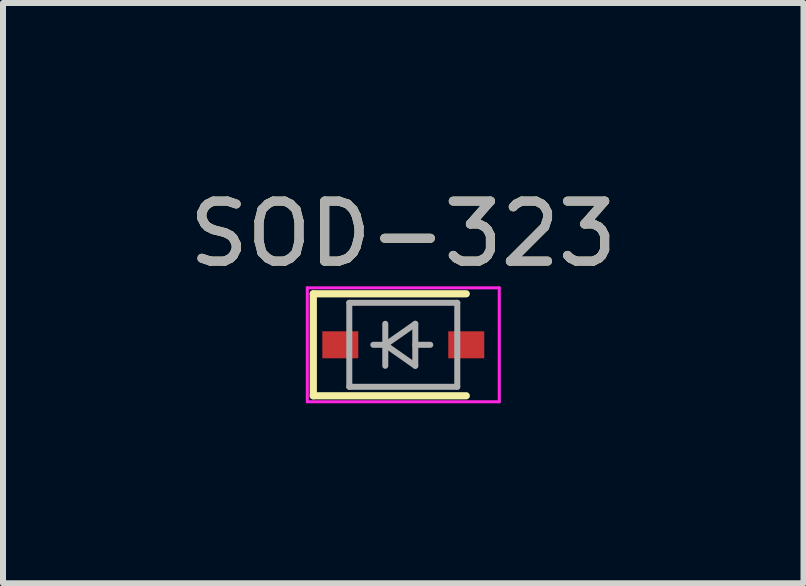
<source format=kicad_pcb>
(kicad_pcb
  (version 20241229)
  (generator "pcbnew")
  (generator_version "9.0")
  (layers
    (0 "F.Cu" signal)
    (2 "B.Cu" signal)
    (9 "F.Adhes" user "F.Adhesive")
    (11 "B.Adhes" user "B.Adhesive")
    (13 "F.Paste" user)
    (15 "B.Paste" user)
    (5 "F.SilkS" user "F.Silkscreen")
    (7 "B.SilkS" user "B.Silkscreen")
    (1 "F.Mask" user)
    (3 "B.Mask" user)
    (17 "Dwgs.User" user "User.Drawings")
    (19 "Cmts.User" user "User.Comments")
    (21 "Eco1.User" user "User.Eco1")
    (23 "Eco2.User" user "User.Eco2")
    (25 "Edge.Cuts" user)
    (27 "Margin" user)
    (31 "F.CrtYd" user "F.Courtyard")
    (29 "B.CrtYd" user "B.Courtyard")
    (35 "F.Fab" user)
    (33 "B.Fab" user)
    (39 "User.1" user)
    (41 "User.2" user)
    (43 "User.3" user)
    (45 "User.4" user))
  (footprint "SOD-323"
    (layer "F.Cu")
    (at 3.673 2.698)
    (property "Reference" "SOD-323" (at 0 -1.85 0) (layer "F.SilkS") (effects (font (size 1 1) (thickness 0.15))))
    (attr smd)
    (fp_line (start -1.5 -0.85) (end -1.5 0.85) (stroke (width 0.12) (type solid)) (layer "F.SilkS"))
    (fp_line (start -1.5 -0.85) (end 1.05 -0.85) (stroke (width 0.12) (type solid)) (layer "F.SilkS"))
    (fp_line (start -1.5 0.85) (end 1.05 0.85) (stroke (width 0.12) (type solid)) (layer "F.SilkS"))
    (fp_line (start -1.6 -0.95) (end -1.6 0.95) (stroke (width 0.05) (type solid)) (layer "F.CrtYd"))
    (fp_line (start -1.6 -0.95) (end 1.6 -0.95) (stroke (width 0.05) (type solid)) (layer "F.CrtYd"))
    (fp_line (start -1.6 0.95) (end 1.6 0.95) (stroke (width 0.05) (type solid)) (layer "F.CrtYd"))
    (fp_line (start 1.6 -0.95) (end 1.6 0.95) (stroke (width 0.05) (type solid)) (layer "F.CrtYd"))
    (fp_line (start -0.9 -0.7) (end 0.9 -0.7) (stroke (width 0.1) (type solid)) (layer "F.Fab"))
    (fp_line (start -0.9 0.7) (end -0.9 -0.7) (stroke (width 0.1) (type solid)) (layer "F.Fab"))
    (fp_line (start -0.3 -0.35) (end -0.3 0.35) (stroke (width 0.1) (type solid)) (layer "F.Fab"))
    (fp_line (start -0.3 0) (end -0.5 0) (stroke (width 0.1) (type solid)) (layer "F.Fab"))
    (fp_line (start -0.3 0) (end 0.2 -0.35) (stroke (width 0.1) (type solid)) (layer "F.Fab"))
    (fp_line (start 0.2 -0.35) (end 0.2 0.35) (stroke (width 0.1) (type solid)) (layer "F.Fab"))
    (fp_line (start 0.2 0) (end 0.45 0) (stroke (width 0.1) (type solid)) (layer "F.Fab"))
    (fp_line (start 0.2 0.35) (end -0.3 0) (stroke (width 0.1) (type solid)) (layer "F.Fab"))
    (fp_line (start 0.9 -0.7) (end 0.9 0.7) (stroke (width 0.1) (type solid)) (layer "F.Fab"))
    (fp_line (start 0.9 0.7) (end -0.9 0.7) (stroke (width 0.1) (type solid)) (layer "F.Fab"))
    (fp_text user "${REFERENCE}" (at 0 -1.85 0) (layer "F.Fab") (effects (font (size 1 1) (thickness 0.15))))
    (pad "1" smd rect (at -1.05 0) (size 0.6 0.45) (layers "F.Cu" "F.Mask" "F.Paste"))
    (pad "2" smd rect (at 1.05 0) (size 0.6 0.45) (layers "F.Cu" "F.Mask" "F.Paste")))
  (gr_rect
    (start -3 -3)
    (end 10.345 6.673)
    (stroke (width 0.1) (type default))
    (fill no)
    (layer "Edge.Cuts")))
</source>
